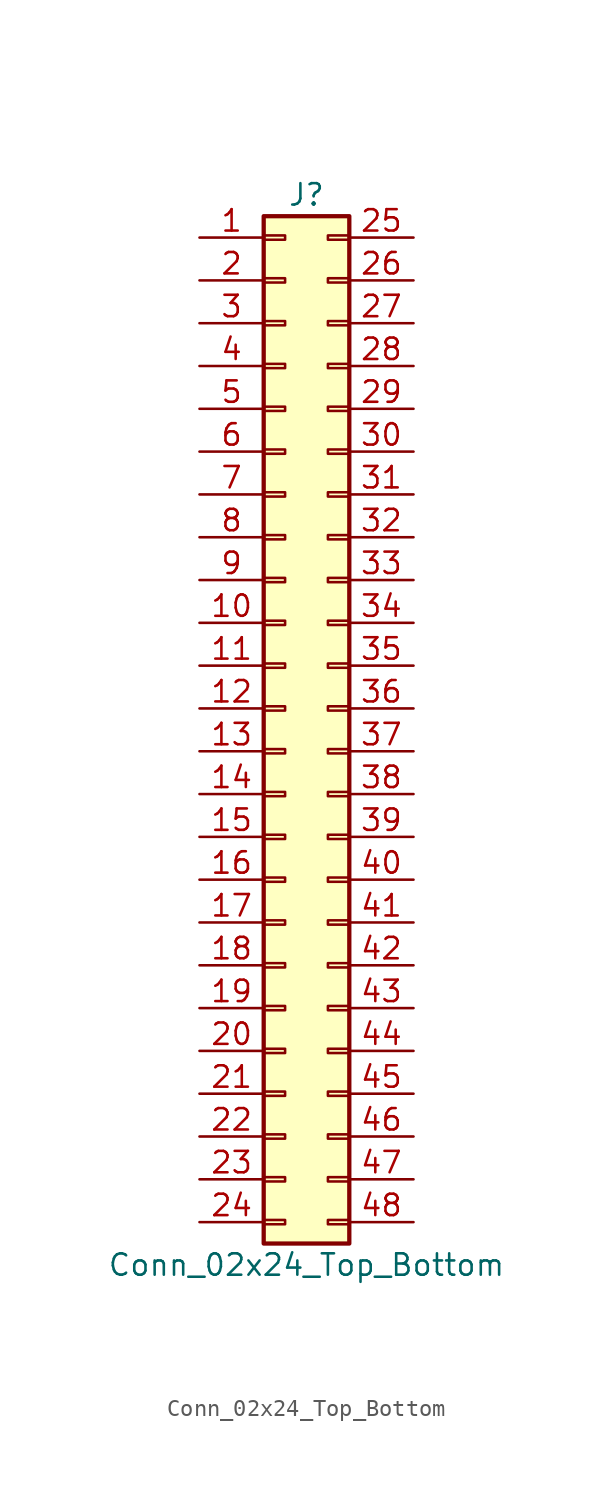
<source format=kicad_sym>
(kicad_symbol_lib
  (version 20220914)
  (generator kicad_symbol_editor)
  (symbol "Conn_02x24_Top_Bottom"
    (pin_names
      (offset 1.016) hide)
    (property "Reference" "J"
      (at 1.27 30.48 0)
      (effects (font (size 1.27 1.27))))
    (property "Value" "Conn_02x24_Top_Bottom"
      (at 1.27 -33.02 0)
      (effects (font (size 1.27 1.27))))
    (symbol "Conn_02x24_Top_Bottom_1_1"
      (rectangle (start -1.27 -30.353) (end 0 -30.607) (stroke (width 0.152) (type default)) (fill (type none)))
      (rectangle (start -1.27 -27.813) (end 0 -28.067) (stroke (width 0.152) (type default)) (fill (type none)))
      (rectangle (start -1.27 -25.273) (end 0 -25.527) (stroke (width 0.152) (type default)) (fill (type none)))
      (rectangle (start -1.27 -22.733) (end 0 -22.987) (stroke (width 0.152) (type default)) (fill (type none)))
      (rectangle (start -1.27 -20.193) (end 0 -20.447) (stroke (width 0.152) (type default)) (fill (type none)))
      (rectangle (start -1.27 -17.653) (end 0 -17.907) (stroke (width 0.152) (type default)) (fill (type none)))
      (rectangle (start -1.27 -15.113) (end 0 -15.367) (stroke (width 0.152) (type default)) (fill (type none)))
      (rectangle (start -1.27 -12.573) (end 0 -12.827) (stroke (width 0.152) (type default)) (fill (type none)))
      (rectangle (start -1.27 -10.033) (end 0 -10.287) (stroke (width 0.152) (type default)) (fill (type none)))
      (rectangle (start -1.27 -7.493) (end 0 -7.747) (stroke (width 0.152) (type default)) (fill (type none)))
      (rectangle (start -1.27 -4.953) (end 0 -5.207) (stroke (width 0.152) (type default)) (fill (type none)))
      (rectangle (start -1.27 -2.413) (end 0 -2.667) (stroke (width 0.152) (type default)) (fill (type none)))
      (rectangle (start -1.27 0.127) (end 0 -0.127) (stroke (width 0.152) (type default)) (fill (type none)))
      (rectangle (start -1.27 2.667) (end 0 2.413) (stroke (width 0.152) (type default)) (fill (type none)))
      (rectangle (start -1.27 5.207) (end 0 4.953) (stroke (width 0.152) (type default)) (fill (type none)))
      (rectangle (start -1.27 7.747) (end 0 7.493) (stroke (width 0.152) (type default)) (fill (type none)))
      (rectangle (start -1.27 10.287) (end 0 10.033) (stroke (width 0.152) (type default)) (fill (type none)))
      (rectangle (start -1.27 12.827) (end 0 12.573) (stroke (width 0.152) (type default)) (fill (type none)))
      (rectangle (start -1.27 15.367) (end 0 15.113) (stroke (width 0.152) (type default)) (fill (type none)))
      (rectangle (start -1.27 17.907) (end 0 17.653) (stroke (width 0.152) (type default)) (fill (type none)))
      (rectangle (start -1.27 20.447) (end 0 20.193) (stroke (width 0.152) (type default)) (fill (type none)))
      (rectangle (start -1.27 22.987) (end 0 22.733) (stroke (width 0.152) (type default)) (fill (type none)))
      (rectangle (start -1.27 25.527) (end 0 25.273) (stroke (width 0.152) (type default)) (fill (type none)))
      (rectangle (start -1.27 28.067) (end 0 27.813) (stroke (width 0.152) (type default)) (fill (type none)))
      (rectangle (start -1.27 29.21) (end 3.81 -31.75) (stroke (width 0.254) (type default)) (fill (type background)))
      (rectangle (start 3.81 -30.353) (end 2.54 -30.607) (stroke (width 0.152) (type default)) (fill (type none)))
      (rectangle (start 3.81 -27.813) (end 2.54 -28.067) (stroke (width 0.152) (type default)) (fill (type none)))
      (rectangle (start 3.81 -25.273) (end 2.54 -25.527) (stroke (width 0.152) (type default)) (fill (type none)))
      (rectangle (start 3.81 -22.733) (end 2.54 -22.987) (stroke (width 0.152) (type default)) (fill (type none)))
      (rectangle (start 3.81 -20.193) (end 2.54 -20.447) (stroke (width 0.152) (type default)) (fill (type none)))
      (rectangle (start 3.81 -17.653) (end 2.54 -17.907) (stroke (width 0.152) (type default)) (fill (type none)))
      (rectangle (start 3.81 -15.113) (end 2.54 -15.367) (stroke (width 0.152) (type default)) (fill (type none)))
      (rectangle (start 3.81 -12.573) (end 2.54 -12.827) (stroke (width 0.152) (type default)) (fill (type none)))
      (rectangle (start 3.81 -10.033) (end 2.54 -10.287) (stroke (width 0.152) (type default)) (fill (type none)))
      (rectangle (start 3.81 -7.493) (end 2.54 -7.747) (stroke (width 0.152) (type default)) (fill (type none)))
      (rectangle (start 3.81 -4.953) (end 2.54 -5.207) (stroke (width 0.152) (type default)) (fill (type none)))
      (rectangle (start 3.81 -2.413) (end 2.54 -2.667) (stroke (width 0.152) (type default)) (fill (type none)))
      (rectangle (start 3.81 0.127) (end 2.54 -0.127) (stroke (width 0.152) (type default)) (fill (type none)))
      (rectangle (start 3.81 2.667) (end 2.54 2.413) (stroke (width 0.152) (type default)) (fill (type none)))
      (rectangle (start 3.81 5.207) (end 2.54 4.953) (stroke (width 0.152) (type default)) (fill (type none)))
      (rectangle (start 3.81 7.747) (end 2.54 7.493) (stroke (width 0.152) (type default)) (fill (type none)))
      (rectangle (start 3.81 10.287) (end 2.54 10.033) (stroke (width 0.152) (type default)) (fill (type none)))
      (rectangle (start 3.81 12.827) (end 2.54 12.573) (stroke (width 0.152) (type default)) (fill (type none)))
      (rectangle (start 3.81 15.367) (end 2.54 15.113) (stroke (width 0.152) (type default)) (fill (type none)))
      (rectangle (start 3.81 17.907) (end 2.54 17.653) (stroke (width 0.152) (type default)) (fill (type none)))
      (rectangle (start 3.81 20.447) (end 2.54 20.193) (stroke (width 0.152) (type default)) (fill (type none)))
      (rectangle (start 3.81 22.987) (end 2.54 22.733) (stroke (width 0.152) (type default)) (fill (type none)))
      (rectangle (start 3.81 25.527) (end 2.54 25.273) (stroke (width 0.152) (type default)) (fill (type none)))
      (rectangle (start 3.81 28.067) (end 2.54 27.813) (stroke (width 0.152) (type default)) (fill (type none)))
      (pin passive line (at -5.08 27.94 0) (length 3.81) (name "Pin_1" (effects (font (size 1.27 1.27)))) (number "1" (effects (font (size 1.27 1.27)))))
      (pin passive line (at -5.08 5.08 0) (length 3.81) (name "Pin_10" (effects (font (size 1.27 1.27)))) (number "10" (effects (font (size 1.27 1.27)))))
      (pin passive line (at -5.08 2.54 0) (length 3.81) (name "Pin_11" (effects (font (size 1.27 1.27)))) (number "11" (effects (font (size 1.27 1.27)))))
      (pin passive line (at -5.08 0 0) (length 3.81) (name "Pin_12" (effects (font (size 1.27 1.27)))) (number "12" (effects (font (size 1.27 1.27)))))
      (pin passive line (at -5.08 -2.54 0) (length 3.81) (name "Pin_13" (effects (font (size 1.27 1.27)))) (number "13" (effects (font (size 1.27 1.27)))))
      (pin passive line (at -5.08 -5.08 0) (length 3.81) (name "Pin_14" (effects (font (size 1.27 1.27)))) (number "14" (effects (font (size 1.27 1.27)))))
      (pin passive line (at -5.08 -7.62 0) (length 3.81) (name "Pin_15" (effects (font (size 1.27 1.27)))) (number "15" (effects (font (size 1.27 1.27)))))
      (pin passive line (at -5.08 -10.16 0) (length 3.81) (name "Pin_16" (effects (font (size 1.27 1.27)))) (number "16" (effects (font (size 1.27 1.27)))))
      (pin passive line (at -5.08 -12.7 0) (length 3.81) (name "Pin_17" (effects (font (size 1.27 1.27)))) (number "17" (effects (font (size 1.27 1.27)))))
      (pin passive line (at -5.08 -15.24 0) (length 3.81) (name "Pin_18" (effects (font (size 1.27 1.27)))) (number "18" (effects (font (size 1.27 1.27)))))
      (pin passive line (at -5.08 -17.78 0) (length 3.81) (name "Pin_19" (effects (font (size 1.27 1.27)))) (number "19" (effects (font (size 1.27 1.27)))))
      (pin passive line (at -5.08 25.4 0) (length 3.81) (name "Pin_2" (effects (font (size 1.27 1.27)))) (number "2" (effects (font (size 1.27 1.27)))))
      (pin passive line (at -5.08 -20.32 0) (length 3.81) (name "Pin_20" (effects (font (size 1.27 1.27)))) (number "20" (effects (font (size 1.27 1.27)))))
      (pin passive line (at -5.08 -22.86 0) (length 3.81) (name "Pin_21" (effects (font (size 1.27 1.27)))) (number "21" (effects (font (size 1.27 1.27)))))
      (pin passive line (at -5.08 -25.4 0) (length 3.81) (name "Pin_22" (effects (font (size 1.27 1.27)))) (number "22" (effects (font (size 1.27 1.27)))))
      (pin passive line (at -5.08 -27.94 0) (length 3.81) (name "Pin_23" (effects (font (size 1.27 1.27)))) (number "23" (effects (font (size 1.27 1.27)))))
      (pin passive line (at -5.08 -30.48 0) (length 3.81) (name "Pin_24" (effects (font (size 1.27 1.27)))) (number "24" (effects (font (size 1.27 1.27)))))
      (pin passive line (at 7.62 27.94 180) (length 3.81) (name "Pin_25" (effects (font (size 1.27 1.27)))) (number "25" (effects (font (size 1.27 1.27)))))
      (pin passive line (at 7.62 25.4 180) (length 3.81) (name "Pin_26" (effects (font (size 1.27 1.27)))) (number "26" (effects (font (size 1.27 1.27)))))
      (pin passive line (at 7.62 22.86 180) (length 3.81) (name "Pin_27" (effects (font (size 1.27 1.27)))) (number "27" (effects (font (size 1.27 1.27)))))
      (pin passive line (at 7.62 20.32 180) (length 3.81) (name "Pin_28" (effects (font (size 1.27 1.27)))) (number "28" (effects (font (size 1.27 1.27)))))
      (pin passive line (at 7.62 17.78 180) (length 3.81) (name "Pin_29" (effects (font (size 1.27 1.27)))) (number "29" (effects (font (size 1.27 1.27)))))
      (pin passive line (at -5.08 22.86 0) (length 3.81) (name "Pin_3" (effects (font (size 1.27 1.27)))) (number "3" (effects (font (size 1.27 1.27)))))
      (pin passive line (at 7.62 15.24 180) (length 3.81) (name "Pin_30" (effects (font (size 1.27 1.27)))) (number "30" (effects (font (size 1.27 1.27)))))
      (pin passive line (at 7.62 12.7 180) (length 3.81) (name "Pin_31" (effects (font (size 1.27 1.27)))) (number "31" (effects (font (size 1.27 1.27)))))
      (pin passive line (at 7.62 10.16 180) (length 3.81) (name "Pin_32" (effects (font (size 1.27 1.27)))) (number "32" (effects (font (size 1.27 1.27)))))
      (pin passive line (at 7.62 7.62 180) (length 3.81) (name "Pin_33" (effects (font (size 1.27 1.27)))) (number "33" (effects (font (size 1.27 1.27)))))
      (pin passive line (at 7.62 5.08 180) (length 3.81) (name "Pin_34" (effects (font (size 1.27 1.27)))) (number "34" (effects (font (size 1.27 1.27)))))
      (pin passive line (at 7.62 2.54 180) (length 3.81) (name "Pin_35" (effects (font (size 1.27 1.27)))) (number "35" (effects (font (size 1.27 1.27)))))
      (pin passive line (at 7.62 0 180) (length 3.81) (name "Pin_36" (effects (font (size 1.27 1.27)))) (number "36" (effects (font (size 1.27 1.27)))))
      (pin passive line (at 7.62 -2.54 180) (length 3.81) (name "Pin_37" (effects (font (size 1.27 1.27)))) (number "37" (effects (font (size 1.27 1.27)))))
      (pin passive line (at 7.62 -5.08 180) (length 3.81) (name "Pin_38" (effects (font (size 1.27 1.27)))) (number "38" (effects (font (size 1.27 1.27)))))
      (pin passive line (at 7.62 -7.62 180) (length 3.81) (name "Pin_39" (effects (font (size 1.27 1.27)))) (number "39" (effects (font (size 1.27 1.27)))))
      (pin passive line (at -5.08 20.32 0) (length 3.81) (name "Pin_4" (effects (font (size 1.27 1.27)))) (number "4" (effects (font (size 1.27 1.27)))))
      (pin passive line (at 7.62 -10.16 180) (length 3.81) (name "Pin_40" (effects (font (size 1.27 1.27)))) (number "40" (effects (font (size 1.27 1.27)))))
      (pin passive line (at 7.62 -12.7 180) (length 3.81) (name "Pin_41" (effects (font (size 1.27 1.27)))) (number "41" (effects (font (size 1.27 1.27)))))
      (pin passive line (at 7.62 -15.24 180) (length 3.81) (name "Pin_42" (effects (font (size 1.27 1.27)))) (number "42" (effects (font (size 1.27 1.27)))))
      (pin passive line (at 7.62 -17.78 180) (length 3.81) (name "Pin_43" (effects (font (size 1.27 1.27)))) (number "43" (effects (font (size 1.27 1.27)))))
      (pin passive line (at 7.62 -20.32 180) (length 3.81) (name "Pin_44" (effects (font (size 1.27 1.27)))) (number "44" (effects (font (size 1.27 1.27)))))
      (pin passive line (at 7.62 -22.86 180) (length 3.81) (name "Pin_45" (effects (font (size 1.27 1.27)))) (number "45" (effects (font (size 1.27 1.27)))))
      (pin passive line (at 7.62 -25.4 180) (length 3.81) (name "Pin_46" (effects (font (size 1.27 1.27)))) (number "46" (effects (font (size 1.27 1.27)))))
      (pin passive line (at 7.62 -27.94 180) (length 3.81) (name "Pin_47" (effects (font (size 1.27 1.27)))) (number "47" (effects (font (size 1.27 1.27)))))
      (pin passive line (at 7.62 -30.48 180) (length 3.81) (name "Pin_48" (effects (font (size 1.27 1.27)))) (number "48" (effects (font (size 1.27 1.27)))))
      (pin passive line (at -5.08 17.78 0) (length 3.81) (name "Pin_5" (effects (font (size 1.27 1.27)))) (number "5" (effects (font (size 1.27 1.27)))))
      (pin passive line (at -5.08 15.24 0) (length 3.81) (name "Pin_6" (effects (font (size 1.27 1.27)))) (number "6" (effects (font (size 1.27 1.27)))))
      (pin passive line (at -5.08 12.7 0) (length 3.81) (name "Pin_7" (effects (font (size 1.27 1.27)))) (number "7" (effects (font (size 1.27 1.27)))))
      (pin passive line (at -5.08 10.16 0) (length 3.81) (name "Pin_8" (effects (font (size 1.27 1.27)))) (number "8" (effects (font (size 1.27 1.27)))))
      (pin passive line (at -5.08 7.62 0) (length 3.81) (name "Pin_9" (effects (font (size 1.27 1.27)))) (number "9" (effects (font (size 1.27 1.27))))))))
</source>
